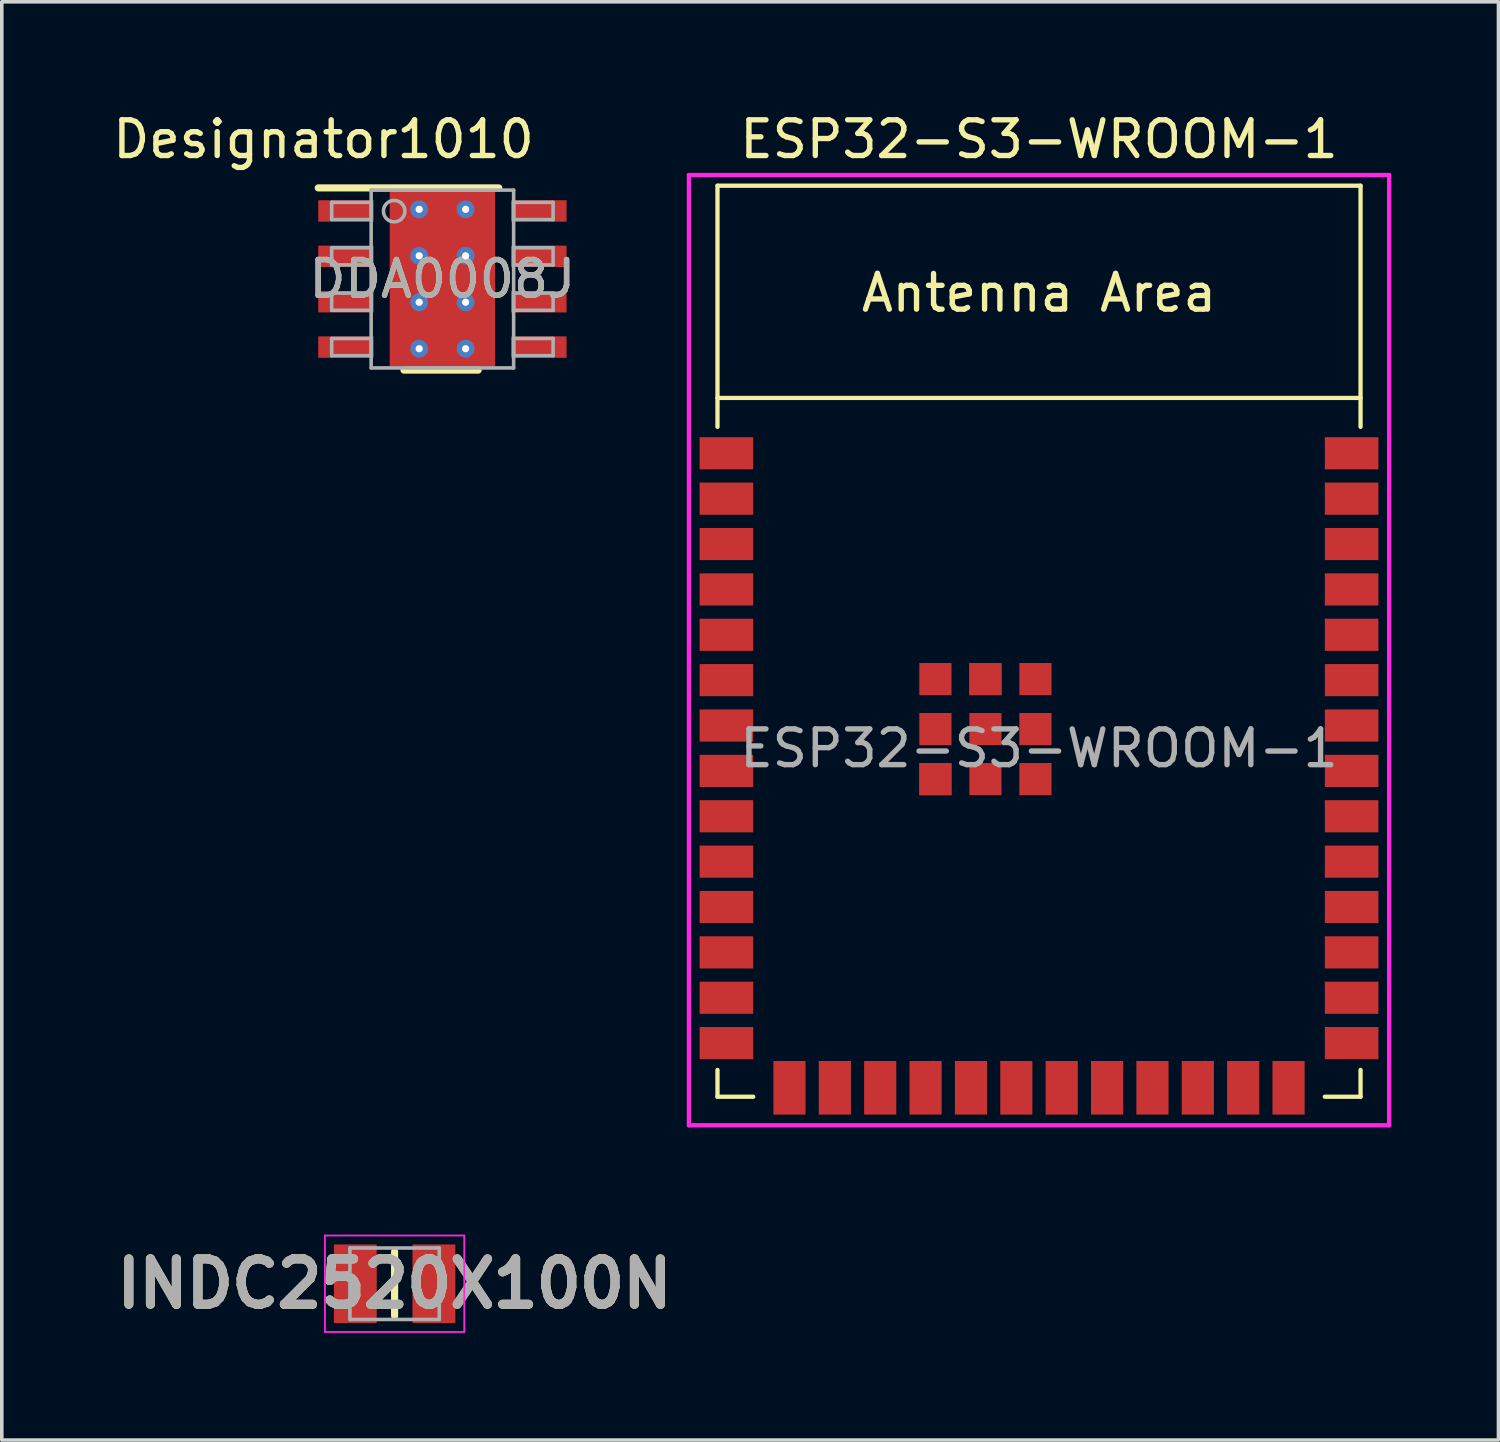
<source format=kicad_pcb>
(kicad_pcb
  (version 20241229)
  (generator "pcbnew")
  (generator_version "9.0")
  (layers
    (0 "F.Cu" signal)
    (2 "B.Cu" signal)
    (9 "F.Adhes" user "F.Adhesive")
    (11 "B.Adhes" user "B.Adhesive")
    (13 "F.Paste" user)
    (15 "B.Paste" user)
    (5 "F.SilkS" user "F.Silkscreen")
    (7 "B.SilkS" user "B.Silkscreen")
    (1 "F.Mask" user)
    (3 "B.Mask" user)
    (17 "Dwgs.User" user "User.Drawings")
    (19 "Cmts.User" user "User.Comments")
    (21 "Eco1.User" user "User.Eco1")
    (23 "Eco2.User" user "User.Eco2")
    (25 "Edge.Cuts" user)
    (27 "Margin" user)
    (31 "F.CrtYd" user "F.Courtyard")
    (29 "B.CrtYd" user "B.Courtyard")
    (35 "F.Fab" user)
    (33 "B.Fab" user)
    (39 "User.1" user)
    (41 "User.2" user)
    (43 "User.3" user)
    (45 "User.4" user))
  (footprint "INDC2520X100N"
    (layer "F.Cu")
    (at 7.995 32.883)
    (property "Reference" "INDC2520X100N" (at 0 0 0) (layer "F.SilkS") (effects (font (size 1.27 1.27) (thickness 0.254))))
    (attr smd)
    (fp_line (start 0 -0.9) (end 0 0.9) (stroke (width 0.2) (type solid)) (layer "F.SilkS"))
    (fp_line (start -1.95 -1.35) (end 1.95 -1.35) (stroke (width 0.05) (type solid)) (layer "F.CrtYd"))
    (fp_line (start -1.95 1.35) (end -1.95 -1.35) (stroke (width 0.05) (type solid)) (layer "F.CrtYd"))
    (fp_line (start 1.95 -1.35) (end 1.95 1.35) (stroke (width 0.05) (type solid)) (layer "F.CrtYd"))
    (fp_line (start 1.95 1.35) (end -1.95 1.35) (stroke (width 0.05) (type solid)) (layer "F.CrtYd"))
    (fp_line (start -1.25 -1) (end 1.25 -1) (stroke (width 0.1) (type solid)) (layer "F.Fab"))
    (fp_line (start -1.25 1) (end -1.25 -1) (stroke (width 0.1) (type solid)) (layer "F.Fab"))
    (fp_line (start 1.25 -1) (end 1.25 1) (stroke (width 0.1) (type solid)) (layer "F.Fab"))
    (fp_line (start 1.25 1) (end -1.25 1) (stroke (width 0.1) (type solid)) (layer "F.Fab"))
    (fp_text user "${REFERENCE}" (at 0 0 0) (layer "F.Fab") (effects (font (size 1.27 1.27) (thickness 0.254))))
    (pad "1" smd rect (at -1.1 0) (size 1.2 2.2) (layers "F.Cu" "F.Mask" "F.Paste"))
    (pad "2" smd rect (at 1.1 0) (size 1.2 2.2) (layers "F.Cu" "F.Mask" "F.Paste")))
  (footprint "ESP32-S3-WROOM-1"
    (layer "F.Cu")
    (at 26.033 17.898)
    (property "Reference" "ESP32-S3-WROOM-1" (at 0 -17.05 0) (layer "F.SilkS") (effects (font (size 1 1) (thickness 0.15))))
    (attr smd)
    (fp_line (start -9 -15.75) (end -9 -9) (stroke (width 0.12) (type solid)) (layer "F.SilkS"))
    (fp_line (start -9 -15.75) (end 9 -15.75) (stroke (width 0.12) (type solid)) (layer "F.SilkS"))
    (fp_line (start -9 9) (end -9 9.75) (stroke (width 0.12) (type solid)) (layer "F.SilkS"))
    (fp_line (start -9 9.75) (end -8 9.75) (stroke (width 0.12) (type solid)) (layer "F.SilkS"))
    (fp_line (start 9 -15.75) (end 9 -9) (stroke (width 0.12) (type solid)) (layer "F.SilkS"))
    (fp_line (start 9 -9.81) (end -9 -9.81) (stroke (width 0.12) (type solid)) (layer "F.SilkS"))
    (fp_line (start 9 9) (end 9 9.75) (stroke (width 0.12) (type solid)) (layer "F.SilkS"))
    (fp_line (start 9 9.75) (end 8 9.75) (stroke (width 0.12) (type solid)) (layer "F.SilkS"))
    (fp_line (start -9 -15.75) (end 9 -15.75) (stroke (width 0.12) (type solid)) (layer "Eco2.User"))
    (fp_line (start -9 -9.81) (end 9 -9.81) (stroke (width 0.12) (type solid)) (layer "Eco2.User"))
    (fp_line (start -9 9.75) (end -9 -15.75) (stroke (width 0.12) (type solid)) (layer "Eco2.User"))
    (fp_line (start 9 -15.75) (end 9 9.75) (stroke (width 0.12) (type solid)) (layer "Eco2.User"))
    (fp_line (start 9 9.75) (end -9 9.75) (stroke (width 0.12) (type solid)) (layer "Eco2.User"))
    (fp_line (start -9.8 -16.05) (end -9.8 10.55) (stroke (width 0.12) (type solid)) (layer "F.CrtYd"))
    (fp_line (start -9.8 10.55) (end 9.8 10.55) (stroke (width 0.12) (type solid)) (layer "F.CrtYd"))
    (fp_line (start 9.8 -16.05) (end -9.8 -16.05) (stroke (width 0.12) (type solid)) (layer "F.CrtYd"))
    (fp_line (start 9.8 -16.05) (end 9.8 10.55) (stroke (width 0.12) (type solid)) (layer "F.CrtYd"))
    (fp_text user "Antenna Area" (at 0 -12.75 0) (layer "F.SilkS") (effects (font (size 1 1) (thickness 0.15))))
    (fp_text user "Antenna Area" (at 0 -12.75 0) (layer "Eco2.User") (effects (font (size 1 1) (thickness 0.15))))
    (fp_text user "${REFERENCE}" (at 0 0 0) (layer "F.Fab") (effects (font (size 1 1) (thickness 0.15))))
    (pad "1" smd rect (at -8.75 -8.26) (size 1.5 0.9) (layers "F.Cu" "F.Mask" "F.Paste"))
    (pad "2" smd rect (at -8.75 -6.99) (size 1.5 0.9) (layers "F.Cu" "F.Mask" "F.Paste"))
    (pad "3" smd rect (at -8.75 -5.72) (size 1.5 0.9) (layers "F.Cu" "F.Mask" "F.Paste"))
    (pad "4" smd rect (at -8.75 -4.45) (size 1.5 0.9) (layers "F.Cu" "F.Mask" "F.Paste"))
    (pad "5" smd rect (at -8.75 -3.18) (size 1.5 0.9) (layers "F.Cu" "F.Mask" "F.Paste"))
    (pad "6" smd rect (at -8.75 -1.91) (size 1.5 0.9) (layers "F.Cu" "F.Mask" "F.Paste"))
    (pad "7" smd rect (at -8.75 -0.64) (size 1.5 0.9) (layers "F.Cu" "F.Mask" "F.Paste"))
    (pad "8" smd rect (at -8.75 0.63) (size 1.5 0.9) (layers "F.Cu" "F.Mask" "F.Paste"))
    (pad "9" smd rect (at -8.75 1.9) (size 1.5 0.9) (layers "F.Cu" "F.Mask" "F.Paste"))
    (pad "10" smd rect (at -8.75 3.17) (size 1.5 0.9) (layers "F.Cu" "F.Mask" "F.Paste"))
    (pad "11" smd rect (at -8.75 4.44) (size 1.5 0.9) (layers "F.Cu" "F.Mask" "F.Paste"))
    (pad "12" smd rect (at -8.75 5.71) (size 1.5 0.9) (layers "F.Cu" "F.Mask" "F.Paste"))
    (pad "13" smd rect (at -8.75 6.98) (size 1.5 0.9) (layers "F.Cu" "F.Mask" "F.Paste"))
    (pad "14" smd rect (at -8.75 8.25) (size 1.5 0.9) (layers "F.Cu" "F.Mask" "F.Paste"))
    (pad "15" smd rect (at -6.985 9.5 90) (size 1.5 0.9) (layers "F.Cu" "F.Mask" "F.Paste"))
    (pad "16" smd rect (at -5.715 9.5 90) (size 1.5 0.9) (layers "F.Cu" "F.Mask" "F.Paste"))
    (pad "17" smd rect (at -4.445 9.5 90) (size 1.5 0.9) (layers "F.Cu" "F.Mask" "F.Paste"))
    (pad "18" smd rect (at -3.175 9.5 90) (size 1.5 0.9) (layers "F.Cu" "F.Mask" "F.Paste"))
    (pad "19" smd rect (at -1.905 9.5 90) (size 1.5 0.9) (layers "F.Cu" "F.Mask" "F.Paste"))
    (pad "20" smd rect (at -0.635 9.5 90) (size 1.5 0.9) (layers "F.Cu" "F.Mask" "F.Paste"))
    (pad "21" smd rect (at 0.635 9.5 90) (size 1.5 0.9) (layers "F.Cu" "F.Mask" "F.Paste"))
    (pad "22" smd rect (at 1.905 9.5 90) (size 1.5 0.9) (layers "F.Cu" "F.Mask" "F.Paste"))
    (pad "23" smd rect (at 3.175 9.5 90) (size 1.5 0.9) (layers "F.Cu" "F.Mask" "F.Paste"))
    (pad "24" smd rect (at 4.445 9.5 90) (size 1.5 0.9) (layers "F.Cu" "F.Mask" "F.Paste"))
    (pad "25" smd rect (at 5.715 9.5 90) (size 1.5 0.9) (layers "F.Cu" "F.Mask" "F.Paste"))
    (pad "26" smd rect (at 6.985 9.5 90) (size 1.5 0.9) (layers "F.Cu" "F.Mask" "F.Paste"))
    (pad "27" smd rect (at 8.75 8.25 180) (size 1.5 0.9) (layers "F.Cu" "F.Mask" "F.Paste"))
    (pad "28" smd rect (at 8.75 6.98 180) (size 1.5 0.9) (layers "F.Cu" "F.Mask" "F.Paste"))
    (pad "29" smd rect (at 8.75 5.71 180) (size 1.5 0.9) (layers "F.Cu" "F.Mask" "F.Paste"))
    (pad "30" smd rect (at 8.75 4.44 180) (size 1.5 0.9) (layers "F.Cu" "F.Mask" "F.Paste"))
    (pad "31" smd rect (at 8.75 3.17 180) (size 1.5 0.9) (layers "F.Cu" "F.Mask" "F.Paste"))
    (pad "32" smd rect (at 8.75 1.9 180) (size 1.5 0.9) (layers "F.Cu" "F.Mask" "F.Paste"))
    (pad "33" smd rect (at 8.75 0.63 180) (size 1.5 0.9) (layers "F.Cu" "F.Mask" "F.Paste"))
    (pad "34" smd rect (at 8.75 -0.64 180) (size 1.5 0.9) (layers "F.Cu" "F.Mask" "F.Paste"))
    (pad "35" smd rect (at 8.75 -1.91 180) (size 1.5 0.9) (layers "F.Cu" "F.Mask" "F.Paste"))
    (pad "36" smd rect (at 8.75 -3.18 180) (size 1.5 0.9) (layers "F.Cu" "F.Mask" "F.Paste"))
    (pad "37" smd rect (at 8.75 -4.45 180) (size 1.5 0.9) (layers "F.Cu" "F.Mask" "F.Paste"))
    (pad "38" smd rect (at 8.75 -5.72 180) (size 1.5 0.9) (layers "F.Cu" "F.Mask" "F.Paste"))
    (pad "39" smd rect (at 8.75 -6.99 180) (size 1.5 0.9) (layers "F.Cu" "F.Mask" "F.Paste"))
    (pad "40" smd rect (at 8.75 -8.26 180) (size 1.5 0.9) (layers "F.Cu" "F.Mask" "F.Paste"))
    (pad "41" smd rect (at -2.9 -1.94 180) (size 0.9 0.9) (layers "F.Cu" "F.Mask" "F.Paste"))
    (pad "41" smd rect (at -2.9 -0.54 180) (size 0.9 0.9) (layers "F.Cu" "F.Mask" "F.Paste"))
    (pad "41" smd rect (at -2.9 0.86 180) (size 0.9 0.9) (layers "F.Cu" "F.Mask" "F.Paste"))
    (pad "41" smd rect (at -2.9 0.86 180) (size 0.9 0.9) (layers "F.Cu" "F.Mask" "F.Paste"))
    (pad "41" smd rect (at -1.5 -1.94 180) (size 0.9 0.9) (layers "F.Cu" "F.Mask" "F.Paste"))
    (pad "41" smd rect (at -1.5 -1.94 180) (size 0.9 0.9) (layers "F.Cu" "F.Mask" "F.Paste"))
    (pad "41" smd rect (at -1.5 -0.54 180) (size 0.9 0.9) (layers "F.Cu" "F.Mask" "F.Paste"))
    (pad "41" smd rect (at -1.5 0.86 180) (size 0.9 0.9) (layers "F.Cu" "F.Mask" "F.Paste"))
    (pad "41" smd rect (at -0.1 -1.94 180) (size 0.9 0.9) (layers "F.Cu" "F.Mask" "F.Paste"))
    (pad "41" smd rect (at -0.1 -0.54 180) (size 0.9 0.9) (layers "F.Cu" "F.Mask" "F.Paste"))
    (pad "41" smd rect (at -0.1 0.86 180) (size 0.9 0.9) (layers "F.Cu" "F.Mask" "F.Paste"))
    (zone (net_name "") (layers "F.Cu" "B.Cu") (name "antenna keepout") (hatch edge 0.508) (connect_pads) (min_thickness 0.254) (filled_areas_thickness no) (keepout (tracks not_allowed) (vias not_allowed) (pads not_allowed) (copperpour not_allowed) (footprints not_allowed)) (placement (enabled no)) (fill) (polygon (pts (xy 35.033 8.098) (xy 17.033 8.098) (xy 17.033 2.148) (xy 35.033 2.148)))))
  (footprint "DDA0008J"
    (layer "F.Cu")
    (at 9.333 4.76)
    (property "Reference" "DDA0008J" (at 0 0 0) (unlocked yes) (layer "F.SilkS") (effects (font (size 1 1) (thickness 0.15))))
    (attr smd)
    (fp_poly (pts (xy -1.3 1.55) (xy 1.3 1.55) (xy 1.3 -1.55) (xy -1.3 -1.55)) (stroke (width 0) (type solid)) (fill yes) (layer "F.Mask"))
    (fp_line (start -3.475 -2.55) (end 1.579 -2.55) (stroke (width 0.2) (type solid)) (layer "F.SilkS"))
    (fp_line (start -1.075 2.55) (end 1 2.55) (stroke (width 0.2) (type solid)) (layer "F.SilkS"))
    (fp_poly (pts (xy -1.3 1.55) (xy 1.3 1.55) (xy 1.3 -1.55) (xy -1.3 -1.55)) (stroke (width 0) (type solid)) (fill yes) (layer "F.Paste"))
    (fp_line (start -3.099 -2.146) (end -1.994 -2.146) (stroke (width 0.1) (type solid)) (layer "F.Fab"))
    (fp_line (start -3.099 -1.664) (end -3.099 -2.146) (stroke (width 0.1) (type solid)) (layer "F.Fab"))
    (fp_line (start -3.099 -1.664) (end -1.994 -1.664) (stroke (width 0.1) (type solid)) (layer "F.Fab"))
    (fp_line (start -3.099 -0.876) (end -1.994 -0.876) (stroke (width 0.1) (type solid)) (layer "F.Fab"))
    (fp_line (start -3.099 -0.394) (end -3.099 -0.876) (stroke (width 0.1) (type solid)) (layer "F.Fab"))
    (fp_line (start -3.099 -0.394) (end -1.994 -0.394) (stroke (width 0.1) (type solid)) (layer "F.Fab"))
    (fp_line (start -3.099 0.394) (end -1.994 0.394) (stroke (width 0.1) (type solid)) (layer "F.Fab"))
    (fp_line (start -3.099 0.876) (end -3.099 0.394) (stroke (width 0.1) (type solid)) (layer "F.Fab"))
    (fp_line (start -3.099 0.876) (end -1.994 0.876) (stroke (width 0.1) (type solid)) (layer "F.Fab"))
    (fp_line (start -3.099 1.664) (end -1.994 1.664) (stroke (width 0.1) (type solid)) (layer "F.Fab"))
    (fp_line (start -3.099 2.146) (end -3.099 1.664) (stroke (width 0.1) (type solid)) (layer "F.Fab"))
    (fp_line (start -3.099 2.146) (end -1.994 2.146) (stroke (width 0.1) (type solid)) (layer "F.Fab"))
    (fp_line (start -1.994 -2.489) (end 1.994 -2.489) (stroke (width 0.1) (type solid)) (layer "F.Fab"))
    (fp_line (start -1.994 -1.664) (end -1.994 -2.146) (stroke (width 0.1) (type solid)) (layer "F.Fab"))
    (fp_line (start -1.994 -0.394) (end -1.994 -0.876) (stroke (width 0.1) (type solid)) (layer "F.Fab"))
    (fp_line (start -1.994 0.876) (end -1.994 0.394) (stroke (width 0.1) (type solid)) (layer "F.Fab"))
    (fp_line (start -1.994 2.146) (end -1.994 1.664) (stroke (width 0.1) (type solid)) (layer "F.Fab"))
    (fp_line (start -1.994 2.489) (end -1.994 -2.489) (stroke (width 0.1) (type solid)) (layer "F.Fab"))
    (fp_line (start -1.994 2.489) (end 1.994 2.489) (stroke (width 0.1) (type solid)) (layer "F.Fab"))
    (fp_line (start 1.994 -2.146) (end 3.099 -2.146) (stroke (width 0.1) (type solid)) (layer "F.Fab"))
    (fp_line (start 1.994 -1.664) (end 1.994 -2.146) (stroke (width 0.1) (type solid)) (layer "F.Fab"))
    (fp_line (start 1.994 -1.664) (end 3.099 -1.664) (stroke (width 0.1) (type solid)) (layer "F.Fab"))
    (fp_line (start 1.994 -0.876) (end 3.099 -0.876) (stroke (width 0.1) (type solid)) (layer "F.Fab"))
    (fp_line (start 1.994 -0.394) (end 1.994 -0.876) (stroke (width 0.1) (type solid)) (layer "F.Fab"))
    (fp_line (start 1.994 -0.394) (end 3.099 -0.394) (stroke (width 0.1) (type solid)) (layer "F.Fab"))
    (fp_line (start 1.994 0.394) (end 3.099 0.394) (stroke (width 0.1) (type solid)) (layer "F.Fab"))
    (fp_line (start 1.994 0.876) (end 1.994 0.394) (stroke (width 0.1) (type solid)) (layer "F.Fab"))
    (fp_line (start 1.994 0.876) (end 3.099 0.876) (stroke (width 0.1) (type solid)) (layer "F.Fab"))
    (fp_line (start 1.994 1.664) (end 3.099 1.664) (stroke (width 0.1) (type solid)) (layer "F.Fab"))
    (fp_line (start 1.994 2.146) (end 1.994 1.664) (stroke (width 0.1) (type solid)) (layer "F.Fab"))
    (fp_line (start 1.994 2.146) (end 3.099 2.146) (stroke (width 0.1) (type solid)) (layer "F.Fab"))
    (fp_line (start 1.994 2.489) (end 1.994 -2.489) (stroke (width 0.1) (type solid)) (layer "F.Fab"))
    (fp_line (start 3.099 -1.664) (end 3.099 -2.146) (stroke (width 0.1) (type solid)) (layer "F.Fab"))
    (fp_line (start 3.099 -0.394) (end 3.099 -0.876) (stroke (width 0.1) (type solid)) (layer "F.Fab"))
    (fp_line (start 3.099 0.876) (end 3.099 0.394) (stroke (width 0.1) (type solid)) (layer "F.Fab"))
    (fp_line (start 3.099 2.146) (end 3.099 1.664) (stroke (width 0.1) (type solid)) (layer "F.Fab"))
    (fp_circle (center -1.35 -1.9) (end -1.05 -1.9) (stroke (width 0.1) (type solid)) (fill no) (layer "F.Fab"))
    (fp_text user "Designator1010" (at -3.327 -3.912 0) (unlocked yes) (layer "F.SilkS") (effects (font (size 1 1) (thickness 0.15))))
    (fp_text user "${REFERENCE}" (at 0 0 0) (unlocked yes) (layer "F.Fab") (effects (font (size 1 1) (thickness 0.15))))
    (pad "" thru_hole circle (at -0.65 -1.95) (size 0.5 0.5) (drill 0.203) (layers "*.Cu" "*.Mask"))
    (pad "" thru_hole circle (at -0.65 -0.65) (size 0.5 0.5) (drill 0.203) (layers "*.Cu" "*.Mask"))
    (pad "" thru_hole circle (at -0.65 0.65) (size 0.5 0.5) (drill 0.203) (layers "*.Cu" "*.Mask"))
    (pad "" thru_hole circle (at -0.65 1.95) (size 0.5 0.5) (drill 0.203) (layers "*.Cu" "*.Mask"))
    (pad "" thru_hole circle (at 0.65 -1.95) (size 0.5 0.5) (drill 0.203) (layers "*.Cu" "*.Mask"))
    (pad "" thru_hole circle (at 0.65 -0.65) (size 0.5 0.5) (drill 0.203) (layers "*.Cu" "*.Mask"))
    (pad "" thru_hole circle (at 0.65 0.65) (size 0.5 0.5) (drill 0.203) (layers "*.Cu" "*.Mask"))
    (pad "" thru_hole circle (at 0.65 1.95) (size 0.5 0.5) (drill 0.203) (layers "*.Cu" "*.Mask"))
    (pad "1" smd rect (at -2.7 -1.905 90) (size 0.6 1.55) (layers "F.Cu" "F.Mask" "F.Paste"))
    (pad "2" smd rect (at -2.7 -0.635 90) (size 0.6 1.55) (layers "F.Cu" "F.Mask" "F.Paste"))
    (pad "3" smd rect (at -2.7 0.635 90) (size 0.6 1.55) (layers "F.Cu" "F.Mask" "F.Paste"))
    (pad "4" smd rect (at -2.7 1.905 90) (size 0.6 1.55) (layers "F.Cu" "F.Mask" "F.Paste"))
    (pad "5" smd rect (at 2.7 1.905 90) (size 0.6 1.55) (layers "F.Cu" "F.Mask" "F.Paste"))
    (pad "6" smd rect (at 2.7 0.635 90) (size 0.6 1.55) (layers "F.Cu" "F.Mask" "F.Paste"))
    (pad "7" smd rect (at 2.7 -0.635 90) (size 0.6 1.55) (layers "F.Cu" "F.Mask" "F.Paste"))
    (pad "8" smd rect (at 2.7 -1.905 90) (size 0.6 1.55) (layers "F.Cu" "F.Mask" "F.Paste"))
    (pad "9" smd rect (at 0 0) (size 2.95 4.9) (layers "F.Cu")))
  (gr_rect
    (start -3 -3)
    (end 38.893 37.258)
    (stroke (width 0.1) (type default))
    (fill no)
    (layer "Edge.Cuts")))
</source>
